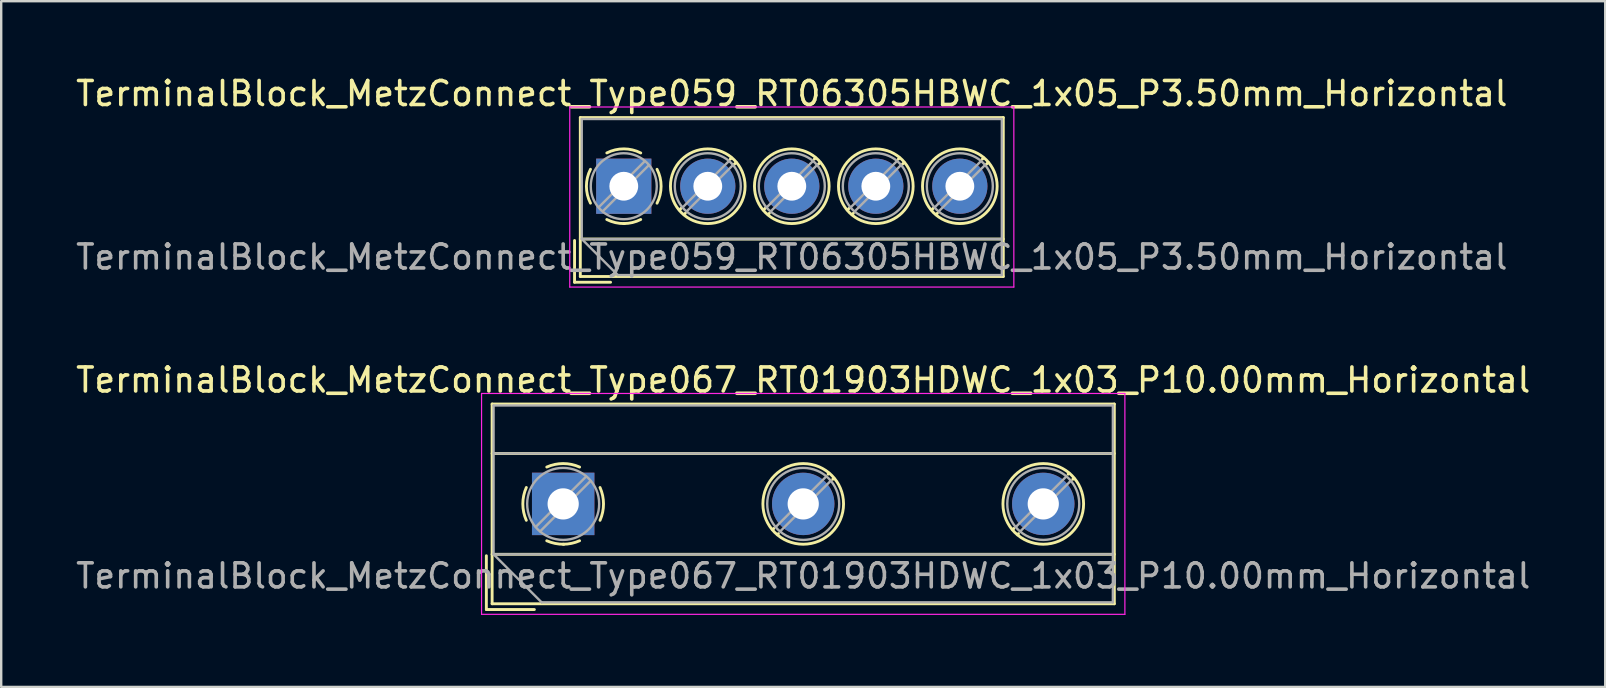
<source format=kicad_pcb>
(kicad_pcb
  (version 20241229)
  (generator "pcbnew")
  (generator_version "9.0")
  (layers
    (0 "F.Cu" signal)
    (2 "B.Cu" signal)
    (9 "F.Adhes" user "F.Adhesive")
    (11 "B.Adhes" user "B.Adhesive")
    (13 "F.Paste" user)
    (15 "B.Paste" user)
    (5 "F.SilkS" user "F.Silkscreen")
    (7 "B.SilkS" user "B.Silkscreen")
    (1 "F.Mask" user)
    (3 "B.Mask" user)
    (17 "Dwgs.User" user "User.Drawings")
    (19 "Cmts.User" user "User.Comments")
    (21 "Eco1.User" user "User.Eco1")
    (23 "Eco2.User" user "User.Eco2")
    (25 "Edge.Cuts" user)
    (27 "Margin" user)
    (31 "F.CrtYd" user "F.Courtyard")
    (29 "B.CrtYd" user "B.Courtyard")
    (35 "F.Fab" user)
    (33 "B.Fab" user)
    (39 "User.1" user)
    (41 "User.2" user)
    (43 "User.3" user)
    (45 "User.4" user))
  (footprint "TerminalBlock_MetzConnect_Type059_RT06305HBWC_1x05_P3.50mm_Horizontal"
    (layer "F.Cu")
    (at 22.935 4.708)
    (property "Reference" "TerminalBlock_MetzConnect_Type059_RT06305HBWC_1x05_P3.50mm_Horizontal" (at 7 -3.86 0) (layer "F.SilkS") (effects (font (size 1 1) (thickness 0.15))))
    (attr through_hole)
    (fp_line (start -2.05 2.26) (end -2.05 4) (stroke (width 0.12) (type solid)) (layer "F.SilkS"))
    (fp_line (start -2.05 4) (end -0.55 4) (stroke (width 0.12) (type solid)) (layer "F.SilkS"))
    (fp_line (start -1.81 -2.86) (end -1.81 3.76) (stroke (width 0.12) (type solid)) (layer "F.SilkS"))
    (fp_line (start -1.81 -2.86) (end 15.81 -2.86) (stroke (width 0.12) (type solid)) (layer "F.SilkS"))
    (fp_line (start -1.81 2.2) (end 15.81 2.2) (stroke (width 0.12) (type solid)) (layer "F.SilkS"))
    (fp_line (start -1.81 3.76) (end 15.81 3.76) (stroke (width 0.12) (type solid)) (layer "F.SilkS"))
    (fp_line (start 2.397 0.914) (end 2.321 0.99) (stroke (width 0.12) (type solid)) (layer "F.SilkS"))
    (fp_line (start 2.565 1.125) (end 2.511 1.18) (stroke (width 0.12) (type solid)) (layer "F.SilkS"))
    (fp_line (start 4.49 -1.18) (end 4.436 -1.126) (stroke (width 0.12) (type solid)) (layer "F.SilkS"))
    (fp_line (start 4.68 -0.99) (end 4.604 -0.914) (stroke (width 0.12) (type solid)) (layer "F.SilkS"))
    (fp_line (start 5.897 0.914) (end 5.821 0.99) (stroke (width 0.12) (type solid)) (layer "F.SilkS"))
    (fp_line (start 6.065 1.125) (end 6.011 1.18) (stroke (width 0.12) (type solid)) (layer "F.SilkS"))
    (fp_line (start 7.99 -1.18) (end 7.936 -1.126) (stroke (width 0.12) (type solid)) (layer "F.SilkS"))
    (fp_line (start 8.18 -0.99) (end 8.104 -0.914) (stroke (width 0.12) (type solid)) (layer "F.SilkS"))
    (fp_line (start 9.397 0.914) (end 9.321 0.99) (stroke (width 0.12) (type solid)) (layer "F.SilkS"))
    (fp_line (start 9.565 1.125) (end 9.511 1.18) (stroke (width 0.12) (type solid)) (layer "F.SilkS"))
    (fp_line (start 11.49 -1.18) (end 11.436 -1.126) (stroke (width 0.12) (type solid)) (layer "F.SilkS"))
    (fp_line (start 11.68 -0.99) (end 11.604 -0.914) (stroke (width 0.12) (type solid)) (layer "F.SilkS"))
    (fp_line (start 12.897 0.914) (end 12.821 0.99) (stroke (width 0.12) (type solid)) (layer "F.SilkS"))
    (fp_line (start 13.065 1.125) (end 13.011 1.18) (stroke (width 0.12) (type solid)) (layer "F.SilkS"))
    (fp_line (start 14.99 -1.18) (end 14.936 -1.126) (stroke (width 0.12) (type solid)) (layer "F.SilkS"))
    (fp_line (start 15.18 -0.99) (end 15.104 -0.914) (stroke (width 0.12) (type solid)) (layer "F.SilkS"))
    (fp_line (start 15.81 -2.86) (end 15.81 3.76) (stroke (width 0.12) (type solid)) (layer "F.SilkS"))
    (fp_arc (start -1.386645 0.705733) (mid -1.555906 -0.000711) (end -1.386 -0.707) (stroke (width 0.12) (type solid)) (layer "F.SilkS"))
    (fp_arc (start -0.705733 -1.386645) (mid 0.000711 -1.555906) (end 0.707 -1.386) (stroke (width 0.12) (type solid)) (layer "F.SilkS"))
    (fp_arc (start 0.026444 1.555682) (mid -0.350695 1.515869) (end -0.707 1.386) (stroke (width 0.12) (type solid)) (layer "F.SilkS"))
    (fp_arc (start 0.705955 1.385515) (mid 0.363007 1.512035) (end 0 1.555) (stroke (width 0.12) (type solid)) (layer "F.SilkS"))
    (fp_arc (start 1.386645 -0.705733) (mid 1.555906 0.000711) (end 1.386 0.707) (stroke (width 0.12) (type solid)) (layer "F.SilkS"))
    (fp_circle (center 3.5 0) (end 5.055 0) (stroke (width 0.12) (type solid)) (fill no) (layer "F.SilkS"))
    (fp_circle (center 7 0) (end 8.555 0) (stroke (width 0.12) (type solid)) (fill no) (layer "F.SilkS"))
    (fp_circle (center 10.5 0) (end 12.055 0) (stroke (width 0.12) (type solid)) (fill no) (layer "F.SilkS"))
    (fp_circle (center 14 0) (end 15.555 0) (stroke (width 0.12) (type solid)) (fill no) (layer "F.SilkS"))
    (fp_line (start -2.25 -3.3) (end -2.25 4.2) (stroke (width 0.05) (type solid)) (layer "F.CrtYd"))
    (fp_line (start -2.25 4.2) (end 16.25 4.2) (stroke (width 0.05) (type solid)) (layer "F.CrtYd"))
    (fp_line (start 16.25 -3.3) (end -2.25 -3.3) (stroke (width 0.05) (type solid)) (layer "F.CrtYd"))
    (fp_line (start 16.25 4.2) (end 16.25 -3.3) (stroke (width 0.05) (type solid)) (layer "F.CrtYd"))
    (fp_line (start -1.75 -2.8) (end 15.75 -2.8) (stroke (width 0.1) (type solid)) (layer "F.Fab"))
    (fp_line (start -1.75 2.2) (end -1.75 -2.8) (stroke (width 0.1) (type solid)) (layer "F.Fab"))
    (fp_line (start -1.75 2.2) (end 15.75 2.2) (stroke (width 0.1) (type solid)) (layer "F.Fab"))
    (fp_line (start -0.25 3.7) (end -1.75 2.2) (stroke (width 0.1) (type solid)) (layer "F.Fab"))
    (fp_line (start 0.876 -1.043) (end -1.043 0.875) (stroke (width 0.1) (type solid)) (layer "F.Fab"))
    (fp_line (start 1.043 -0.875) (end -0.876 1.043) (stroke (width 0.1) (type solid)) (layer "F.Fab"))
    (fp_line (start 4.376 -1.043) (end 2.458 0.875) (stroke (width 0.1) (type solid)) (layer "F.Fab"))
    (fp_line (start 4.543 -0.875) (end 2.625 1.043) (stroke (width 0.1) (type solid)) (layer "F.Fab"))
    (fp_line (start 7.876 -1.043) (end 5.958 0.875) (stroke (width 0.1) (type solid)) (layer "F.Fab"))
    (fp_line (start 8.043 -0.875) (end 6.125 1.043) (stroke (width 0.1) (type solid)) (layer "F.Fab"))
    (fp_line (start 11.376 -1.043) (end 9.458 0.875) (stroke (width 0.1) (type solid)) (layer "F.Fab"))
    (fp_line (start 11.543 -0.875) (end 9.625 1.043) (stroke (width 0.1) (type solid)) (layer "F.Fab"))
    (fp_line (start 14.876 -1.043) (end 12.958 0.875) (stroke (width 0.1) (type solid)) (layer "F.Fab"))
    (fp_line (start 15.043 -0.875) (end 13.125 1.043) (stroke (width 0.1) (type solid)) (layer "F.Fab"))
    (fp_line (start 15.75 -2.8) (end 15.75 3.7) (stroke (width 0.1) (type solid)) (layer "F.Fab"))
    (fp_line (start 15.75 3.7) (end -0.25 3.7) (stroke (width 0.1) (type solid)) (layer "F.Fab"))
    (fp_circle (center 0 0) (end 1.375 0) (stroke (width 0.1) (type solid)) (fill no) (layer "F.Fab"))
    (fp_circle (center 3.5 0) (end 4.875 0) (stroke (width 0.1) (type solid)) (fill no) (layer "F.Fab"))
    (fp_circle (center 7 0) (end 8.375 0) (stroke (width 0.1) (type solid)) (fill no) (layer "F.Fab"))
    (fp_circle (center 10.5 0) (end 11.875 0) (stroke (width 0.1) (type solid)) (fill no) (layer "F.Fab"))
    (fp_circle (center 14 0) (end 15.375 0) (stroke (width 0.1) (type solid)) (fill no) (layer "F.Fab"))
    (fp_text user "${REFERENCE}" (at 7 2.95 0) (layer "F.Fab") (effects (font (size 1 1) (thickness 0.15))))
    (pad "1" thru_hole rect (at 0 0) (size 2.3 2.3) (drill 1.2) (layers "*.Cu" "*.Mask"))
    (pad "2" thru_hole circle (at 3.5 0) (size 2.3 2.3) (drill 1.2) (layers "*.Cu" "*.Mask"))
    (pad "3" thru_hole circle (at 7 0) (size 2.3 2.3) (drill 1.2) (layers "*.Cu" "*.Mask"))
    (pad "4" thru_hole circle (at 10.5 0) (size 2.3 2.3) (drill 1.2) (layers "*.Cu" "*.Mask"))
    (pad "5" thru_hole circle (at 14 0) (size 2.3 2.3) (drill 1.2) (layers "*.Cu" "*.Mask")))
  (footprint "TerminalBlock_MetzConnect_Type067_RT01903HDWC_1x03_P10.00mm_Horizontal"
    (layer "F.Cu")
    (at 20.411 17.942)
    (property "Reference" "TerminalBlock_MetzConnect_Type067_RT01903HDWC_1x03_P10.00mm_Horizontal" (at 10 -5.16 0) (layer "F.SilkS") (effects (font (size 1 1) (thickness 0.15))))
    (attr through_hole)
    (fp_line (start -3.2 2.16) (end -3.2 4.4) (stroke (width 0.12) (type solid)) (layer "F.SilkS"))
    (fp_line (start -3.2 4.4) (end -1.2 4.4) (stroke (width 0.12) (type solid)) (layer "F.SilkS"))
    (fp_line (start -2.96 -4.16) (end -2.96 4.16) (stroke (width 0.12) (type solid)) (layer "F.SilkS"))
    (fp_line (start -2.96 -4.16) (end 22.96 -4.16) (stroke (width 0.12) (type solid)) (layer "F.SilkS"))
    (fp_line (start -2.96 -2.1) (end 22.96 -2.1) (stroke (width 0.12) (type solid)) (layer "F.SilkS"))
    (fp_line (start -2.96 2.1) (end 22.96 2.1) (stroke (width 0.12) (type solid)) (layer "F.SilkS"))
    (fp_line (start -2.96 4.16) (end 22.96 4.16) (stroke (width 0.12) (type solid)) (layer "F.SilkS"))
    (fp_line (start 8.773 1.023) (end 8.726 1.069) (stroke (width 0.12) (type solid)) (layer "F.SilkS"))
    (fp_line (start 8.966 1.239) (end 8.931 1.274) (stroke (width 0.12) (type solid)) (layer "F.SilkS"))
    (fp_line (start 11.07 -1.275) (end 11.035 -1.239) (stroke (width 0.12) (type solid)) (layer "F.SilkS"))
    (fp_line (start 11.275 -1.069) (end 11.228 -1.023) (stroke (width 0.12) (type solid)) (layer "F.SilkS"))
    (fp_line (start 18.773 1.023) (end 18.726 1.069) (stroke (width 0.12) (type solid)) (layer "F.SilkS"))
    (fp_line (start 18.966 1.239) (end 18.931 1.274) (stroke (width 0.12) (type solid)) (layer "F.SilkS"))
    (fp_line (start 21.07 -1.275) (end 21.035 -1.239) (stroke (width 0.12) (type solid)) (layer "F.SilkS"))
    (fp_line (start 21.275 -1.069) (end 21.228 -1.023) (stroke (width 0.12) (type solid)) (layer "F.SilkS"))
    (fp_line (start 22.96 -4.16) (end 22.96 4.16) (stroke (width 0.12) (type solid)) (layer "F.SilkS"))
    (fp_arc (start -1.535427 0.683042) (mid -1.680501 -0.000524) (end -1.535 -0.684) (stroke (width 0.12) (type solid)) (layer "F.SilkS"))
    (fp_arc (start -0.683042 -1.535427) (mid 0.000524 -1.680501) (end 0.684 -1.535) (stroke (width 0.12) (type solid)) (layer "F.SilkS"))
    (fp_arc (start 0.028805 1.680253) (mid -0.335551 1.646659) (end -0.684 1.535) (stroke (width 0.12) (type solid)) (layer "F.SilkS"))
    (fp_arc (start 0.683318 1.534756) (mid 0.349292 1.643288) (end 0 1.68) (stroke (width 0.12) (type solid)) (layer "F.SilkS"))
    (fp_arc (start 1.535427 -0.683042) (mid 1.680501 0.000524) (end 1.535 0.684) (stroke (width 0.12) (type solid)) (layer "F.SilkS"))
    (fp_circle (center 10 0) (end 11.68 0) (stroke (width 0.12) (type solid)) (fill no) (layer "F.SilkS"))
    (fp_circle (center 20 0) (end 21.68 0) (stroke (width 0.12) (type solid)) (fill no) (layer "F.SilkS"))
    (fp_line (start -3.4 -4.6) (end -3.4 4.6) (stroke (width 0.05) (type solid)) (layer "F.CrtYd"))
    (fp_line (start -3.4 4.6) (end 23.4 4.6) (stroke (width 0.05) (type solid)) (layer "F.CrtYd"))
    (fp_line (start 23.4 -4.6) (end -3.4 -4.6) (stroke (width 0.05) (type solid)) (layer "F.CrtYd"))
    (fp_line (start 23.4 4.6) (end 23.4 -4.6) (stroke (width 0.05) (type solid)) (layer "F.CrtYd"))
    (fp_line (start -2.9 -4.1) (end 22.9 -4.1) (stroke (width 0.1) (type solid)) (layer "F.Fab"))
    (fp_line (start -2.9 -2.1) (end 22.9 -2.1) (stroke (width 0.1) (type solid)) (layer "F.Fab"))
    (fp_line (start -2.9 2.1) (end -2.9 -4.1) (stroke (width 0.1) (type solid)) (layer "F.Fab"))
    (fp_line (start -2.9 2.1) (end 22.9 2.1) (stroke (width 0.1) (type solid)) (layer "F.Fab"))
    (fp_line (start -0.9 4.1) (end -2.9 2.1) (stroke (width 0.1) (type solid)) (layer "F.Fab"))
    (fp_line (start 0.955 -1.138) (end -1.138 0.955) (stroke (width 0.1) (type solid)) (layer "F.Fab"))
    (fp_line (start 1.138 -0.955) (end -0.955 1.138) (stroke (width 0.1) (type solid)) (layer "F.Fab"))
    (fp_line (start 10.955 -1.138) (end 8.863 0.955) (stroke (width 0.1) (type solid)) (layer "F.Fab"))
    (fp_line (start 11.138 -0.955) (end 9.046 1.138) (stroke (width 0.1) (type solid)) (layer "F.Fab"))
    (fp_line (start 20.955 -1.138) (end 18.863 0.955) (stroke (width 0.1) (type solid)) (layer "F.Fab"))
    (fp_line (start 21.138 -0.955) (end 19.046 1.138) (stroke (width 0.1) (type solid)) (layer "F.Fab"))
    (fp_line (start 22.9 -4.1) (end 22.9 4.1) (stroke (width 0.1) (type solid)) (layer "F.Fab"))
    (fp_line (start 22.9 4.1) (end -0.9 4.1) (stroke (width 0.1) (type solid)) (layer "F.Fab"))
    (fp_circle (center 0 0) (end 1.5 0) (stroke (width 0.1) (type solid)) (fill no) (layer "F.Fab"))
    (fp_circle (center 10 0) (end 11.5 0) (stroke (width 0.1) (type solid)) (fill no) (layer "F.Fab"))
    (fp_circle (center 20 0) (end 21.5 0) (stroke (width 0.1) (type solid)) (fill no) (layer "F.Fab"))
    (fp_text user "${REFERENCE}" (at 10 3 0) (layer "F.Fab") (effects (font (size 1 1) (thickness 0.15))))
    (pad "1" thru_hole rect (at 0 0) (size 2.6 2.6) (drill 1.3) (layers "*.Cu" "*.Mask"))
    (pad "2" thru_hole circle (at 10 0) (size 2.6 2.6) (drill 1.3) (layers "*.Cu" "*.Mask"))
    (pad "3" thru_hole circle (at 20 0) (size 2.6 2.6) (drill 1.3) (layers "*.Cu" "*.Mask")))
  (gr_rect
    (start -3 -3)
    (end 63.821 25.567)
    (stroke (width 0.1) (type default))
    (fill no)
    (layer "Edge.Cuts")))
</source>
